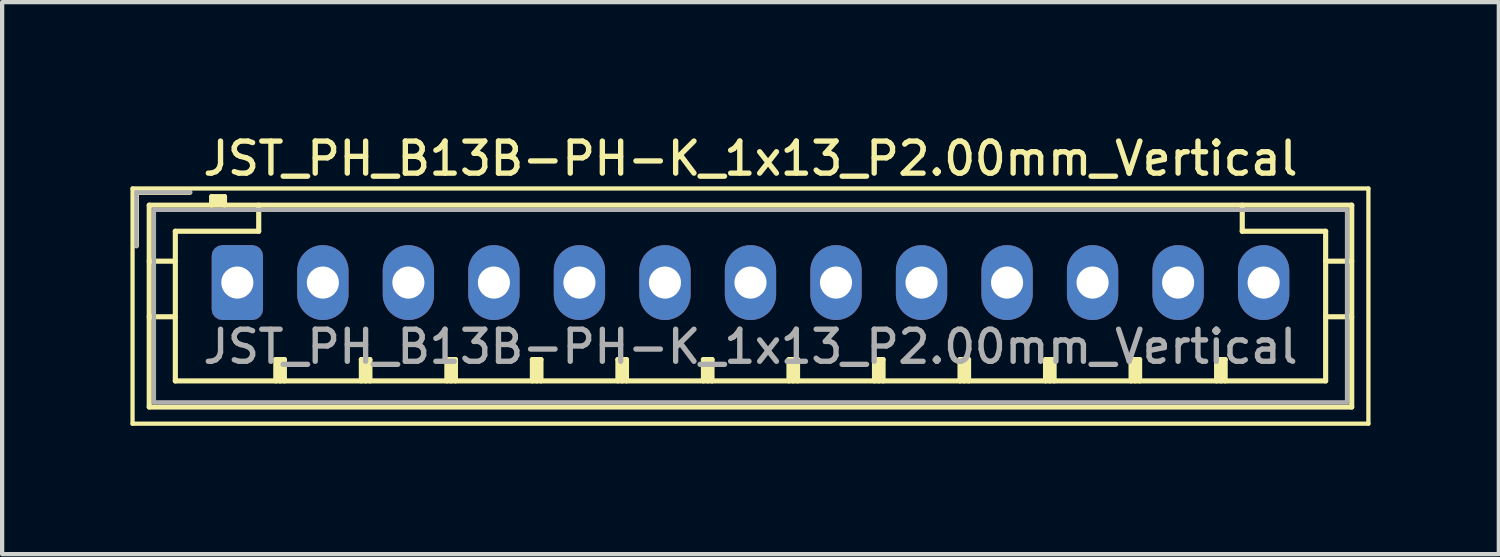
<source format=kicad_pcb>
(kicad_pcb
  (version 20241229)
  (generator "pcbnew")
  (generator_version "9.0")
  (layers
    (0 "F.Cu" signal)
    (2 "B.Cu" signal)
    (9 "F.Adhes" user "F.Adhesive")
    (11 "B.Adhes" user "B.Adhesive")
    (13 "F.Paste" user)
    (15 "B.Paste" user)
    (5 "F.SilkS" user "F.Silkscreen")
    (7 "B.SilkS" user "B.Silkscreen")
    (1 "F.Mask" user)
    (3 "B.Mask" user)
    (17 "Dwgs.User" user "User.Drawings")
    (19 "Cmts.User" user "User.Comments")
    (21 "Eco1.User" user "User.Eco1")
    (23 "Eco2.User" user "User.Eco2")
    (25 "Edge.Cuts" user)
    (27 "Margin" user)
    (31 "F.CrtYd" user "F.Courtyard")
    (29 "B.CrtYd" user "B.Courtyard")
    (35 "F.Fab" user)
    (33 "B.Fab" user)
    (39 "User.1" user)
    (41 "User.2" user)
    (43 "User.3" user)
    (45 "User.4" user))
  (footprint "JST_PH_B13B-PH-K_1x13_P2.00mm_Vertical"
    (layer "F.Cu")
    (at 2.5 3.558)
    (property "Reference" "JST_PH_B13B-PH-K_1x13_P2.00mm_Vertical" (at 12 -2.9 0) (layer "F.SilkS") (effects (font (size 0.75 0.75) (thickness 0.125))))
    (attr through_hole)
    (fp_line (start -2.45 -2.2) (end -2.45 3.3) (stroke (width 0.1) (type solid)) (layer "F.SilkS"))
    (fp_line (start -2.45 3.3) (end 26.45 3.3) (stroke (width 0.1) (type solid)) (layer "F.SilkS"))
    (fp_line (start -2.36 -2.11) (end -2.36 -0.86) (stroke (width 0.12) (type solid)) (layer "F.SilkS"))
    (fp_line (start -2.06 -1.81) (end -2.06 2.91) (stroke (width 0.12) (type solid)) (layer "F.SilkS"))
    (fp_line (start -2.06 -0.5) (end -1.45 -0.5) (stroke (width 0.12) (type solid)) (layer "F.SilkS"))
    (fp_line (start -2.06 0.8) (end -1.45 0.8) (stroke (width 0.12) (type solid)) (layer "F.SilkS"))
    (fp_line (start -2.06 2.91) (end 26.06 2.91) (stroke (width 0.12) (type solid)) (layer "F.SilkS"))
    (fp_line (start -1.45 -1.2) (end -1.45 2.3) (stroke (width 0.12) (type solid)) (layer "F.SilkS"))
    (fp_line (start -1.45 2.3) (end 25.45 2.3) (stroke (width 0.12) (type solid)) (layer "F.SilkS"))
    (fp_line (start -1.11 -2.11) (end -2.36 -2.11) (stroke (width 0.12) (type solid)) (layer "F.SilkS"))
    (fp_line (start -0.6 -2.01) (end -0.6 -1.81) (stroke (width 0.12) (type solid)) (layer "F.SilkS"))
    (fp_line (start -0.3 -2.01) (end -0.6 -2.01) (stroke (width 0.12) (type solid)) (layer "F.SilkS"))
    (fp_line (start -0.3 -1.91) (end -0.6 -1.91) (stroke (width 0.12) (type solid)) (layer "F.SilkS"))
    (fp_line (start -0.3 -1.81) (end -0.3 -2.01) (stroke (width 0.12) (type solid)) (layer "F.SilkS"))
    (fp_line (start 0.5 -1.81) (end 0.5 -1.2) (stroke (width 0.12) (type solid)) (layer "F.SilkS"))
    (fp_line (start 0.5 -1.2) (end -1.45 -1.2) (stroke (width 0.12) (type solid)) (layer "F.SilkS"))
    (fp_line (start 0.9 1.8) (end 1.1 1.8) (stroke (width 0.12) (type solid)) (layer "F.SilkS"))
    (fp_line (start 0.9 2.3) (end 0.9 1.8) (stroke (width 0.12) (type solid)) (layer "F.SilkS"))
    (fp_line (start 1 2.3) (end 1 1.8) (stroke (width 0.12) (type solid)) (layer "F.SilkS"))
    (fp_line (start 1.1 1.8) (end 1.1 2.3) (stroke (width 0.12) (type solid)) (layer "F.SilkS"))
    (fp_line (start 2.9 1.8) (end 3.1 1.8) (stroke (width 0.12) (type solid)) (layer "F.SilkS"))
    (fp_line (start 2.9 2.3) (end 2.9 1.8) (stroke (width 0.12) (type solid)) (layer "F.SilkS"))
    (fp_line (start 3 2.3) (end 3 1.8) (stroke (width 0.12) (type solid)) (layer "F.SilkS"))
    (fp_line (start 3.1 1.8) (end 3.1 2.3) (stroke (width 0.12) (type solid)) (layer "F.SilkS"))
    (fp_line (start 4.9 1.8) (end 5.1 1.8) (stroke (width 0.12) (type solid)) (layer "F.SilkS"))
    (fp_line (start 4.9 2.3) (end 4.9 1.8) (stroke (width 0.12) (type solid)) (layer "F.SilkS"))
    (fp_line (start 5 2.3) (end 5 1.8) (stroke (width 0.12) (type solid)) (layer "F.SilkS"))
    (fp_line (start 5.1 1.8) (end 5.1 2.3) (stroke (width 0.12) (type solid)) (layer "F.SilkS"))
    (fp_line (start 6.9 1.8) (end 7.1 1.8) (stroke (width 0.12) (type solid)) (layer "F.SilkS"))
    (fp_line (start 6.9 2.3) (end 6.9 1.8) (stroke (width 0.12) (type solid)) (layer "F.SilkS"))
    (fp_line (start 7 2.3) (end 7 1.8) (stroke (width 0.12) (type solid)) (layer "F.SilkS"))
    (fp_line (start 7.1 1.8) (end 7.1 2.3) (stroke (width 0.12) (type solid)) (layer "F.SilkS"))
    (fp_line (start 8.9 1.8) (end 9.1 1.8) (stroke (width 0.12) (type solid)) (layer "F.SilkS"))
    (fp_line (start 8.9 2.3) (end 8.9 1.8) (stroke (width 0.12) (type solid)) (layer "F.SilkS"))
    (fp_line (start 9 2.3) (end 9 1.8) (stroke (width 0.12) (type solid)) (layer "F.SilkS"))
    (fp_line (start 9.1 1.8) (end 9.1 2.3) (stroke (width 0.12) (type solid)) (layer "F.SilkS"))
    (fp_line (start 10.9 1.8) (end 11.1 1.8) (stroke (width 0.12) (type solid)) (layer "F.SilkS"))
    (fp_line (start 10.9 2.3) (end 10.9 1.8) (stroke (width 0.12) (type solid)) (layer "F.SilkS"))
    (fp_line (start 11 2.3) (end 11 1.8) (stroke (width 0.12) (type solid)) (layer "F.SilkS"))
    (fp_line (start 11.1 1.8) (end 11.1 2.3) (stroke (width 0.12) (type solid)) (layer "F.SilkS"))
    (fp_line (start 12.9 1.8) (end 13.1 1.8) (stroke (width 0.12) (type solid)) (layer "F.SilkS"))
    (fp_line (start 12.9 2.3) (end 12.9 1.8) (stroke (width 0.12) (type solid)) (layer "F.SilkS"))
    (fp_line (start 13 2.3) (end 13 1.8) (stroke (width 0.12) (type solid)) (layer "F.SilkS"))
    (fp_line (start 13.1 1.8) (end 13.1 2.3) (stroke (width 0.12) (type solid)) (layer "F.SilkS"))
    (fp_line (start 14.9 1.8) (end 15.1 1.8) (stroke (width 0.12) (type solid)) (layer "F.SilkS"))
    (fp_line (start 14.9 2.3) (end 14.9 1.8) (stroke (width 0.12) (type solid)) (layer "F.SilkS"))
    (fp_line (start 15 2.3) (end 15 1.8) (stroke (width 0.12) (type solid)) (layer "F.SilkS"))
    (fp_line (start 15.1 1.8) (end 15.1 2.3) (stroke (width 0.12) (type solid)) (layer "F.SilkS"))
    (fp_line (start 16.9 1.8) (end 17.1 1.8) (stroke (width 0.12) (type solid)) (layer "F.SilkS"))
    (fp_line (start 16.9 2.3) (end 16.9 1.8) (stroke (width 0.12) (type solid)) (layer "F.SilkS"))
    (fp_line (start 17 2.3) (end 17 1.8) (stroke (width 0.12) (type solid)) (layer "F.SilkS"))
    (fp_line (start 17.1 1.8) (end 17.1 2.3) (stroke (width 0.12) (type solid)) (layer "F.SilkS"))
    (fp_line (start 18.9 1.8) (end 19.1 1.8) (stroke (width 0.12) (type solid)) (layer "F.SilkS"))
    (fp_line (start 18.9 2.3) (end 18.9 1.8) (stroke (width 0.12) (type solid)) (layer "F.SilkS"))
    (fp_line (start 19 2.3) (end 19 1.8) (stroke (width 0.12) (type solid)) (layer "F.SilkS"))
    (fp_line (start 19.1 1.8) (end 19.1 2.3) (stroke (width 0.12) (type solid)) (layer "F.SilkS"))
    (fp_line (start 20.9 1.8) (end 21.1 1.8) (stroke (width 0.12) (type solid)) (layer "F.SilkS"))
    (fp_line (start 20.9 2.3) (end 20.9 1.8) (stroke (width 0.12) (type solid)) (layer "F.SilkS"))
    (fp_line (start 21 2.3) (end 21 1.8) (stroke (width 0.12) (type solid)) (layer "F.SilkS"))
    (fp_line (start 21.1 1.8) (end 21.1 2.3) (stroke (width 0.12) (type solid)) (layer "F.SilkS"))
    (fp_line (start 22.9 1.8) (end 23.1 1.8) (stroke (width 0.12) (type solid)) (layer "F.SilkS"))
    (fp_line (start 22.9 2.3) (end 22.9 1.8) (stroke (width 0.12) (type solid)) (layer "F.SilkS"))
    (fp_line (start 23 2.3) (end 23 1.8) (stroke (width 0.12) (type solid)) (layer "F.SilkS"))
    (fp_line (start 23.1 1.8) (end 23.1 2.3) (stroke (width 0.12) (type solid)) (layer "F.SilkS"))
    (fp_line (start 23.5 -1.2) (end 23.5 -1.81) (stroke (width 0.12) (type solid)) (layer "F.SilkS"))
    (fp_line (start 25.45 -1.2) (end 23.5 -1.2) (stroke (width 0.12) (type solid)) (layer "F.SilkS"))
    (fp_line (start 25.45 2.3) (end 25.45 -1.2) (stroke (width 0.12) (type solid)) (layer "F.SilkS"))
    (fp_line (start 26.06 -1.81) (end -2.06 -1.81) (stroke (width 0.12) (type solid)) (layer "F.SilkS"))
    (fp_line (start 26.06 -0.5) (end 25.45 -0.5) (stroke (width 0.12) (type solid)) (layer "F.SilkS"))
    (fp_line (start 26.06 0.8) (end 25.45 0.8) (stroke (width 0.12) (type solid)) (layer "F.SilkS"))
    (fp_line (start 26.06 2.91) (end 26.06 -1.81) (stroke (width 0.12) (type solid)) (layer "F.SilkS"))
    (fp_line (start 26.45 -2.2) (end -2.45 -2.2) (stroke (width 0.1) (type solid)) (layer "F.SilkS"))
    (fp_line (start 26.45 3.3) (end 26.45 -2.2) (stroke (width 0.1) (type solid)) (layer "F.SilkS"))
    (fp_line (start -2.36 -2.11) (end -2.36 -0.86) (stroke (width 0.1) (type solid)) (layer "F.Fab"))
    (fp_line (start -1.95 -1.7) (end -1.95 2.8) (stroke (width 0.1) (type solid)) (layer "F.Fab"))
    (fp_line (start -1.95 2.8) (end 25.95 2.8) (stroke (width 0.1) (type solid)) (layer "F.Fab"))
    (fp_line (start -1.11 -2.11) (end -2.36 -2.11) (stroke (width 0.1) (type solid)) (layer "F.Fab"))
    (fp_line (start 25.95 -1.7) (end -1.95 -1.7) (stroke (width 0.1) (type solid)) (layer "F.Fab"))
    (fp_line (start 25.95 2.8) (end 25.95 -1.7) (stroke (width 0.1) (type solid)) (layer "F.Fab"))
    (fp_text user "${REFERENCE}" (at 12 1.5 0) (layer "F.Fab") (effects (font (size 0.75 0.75) (thickness 0.125))))
    (pad "1" thru_hole roundrect (at 0 0) (size 1.2 1.75) (drill 0.75) (layers "*.Cu" "*.Mask") (roundrect_rratio 0.208))
    (pad "2" thru_hole oval (at 2 0) (size 1.2 1.75) (drill 0.75) (layers "*.Cu" "*.Mask"))
    (pad "3" thru_hole oval (at 4 0) (size 1.2 1.75) (drill 0.75) (layers "*.Cu" "*.Mask"))
    (pad "4" thru_hole oval (at 6 0) (size 1.2 1.75) (drill 0.75) (layers "*.Cu" "*.Mask"))
    (pad "5" thru_hole oval (at 8 0) (size 1.2 1.75) (drill 0.75) (layers "*.Cu" "*.Mask"))
    (pad "6" thru_hole oval (at 10 0) (size 1.2 1.75) (drill 0.75) (layers "*.Cu" "*.Mask"))
    (pad "7" thru_hole oval (at 12 0) (size 1.2 1.75) (drill 0.75) (layers "*.Cu" "*.Mask"))
    (pad "8" thru_hole oval (at 14 0) (size 1.2 1.75) (drill 0.75) (layers "*.Cu" "*.Mask"))
    (pad "9" thru_hole oval (at 16 0) (size 1.2 1.75) (drill 0.75) (layers "*.Cu" "*.Mask"))
    (pad "10" thru_hole oval (at 18 0) (size 1.2 1.75) (drill 0.75) (layers "*.Cu" "*.Mask"))
    (pad "11" thru_hole oval (at 20 0) (size 1.2 1.75) (drill 0.75) (layers "*.Cu" "*.Mask"))
    (pad "12" thru_hole oval (at 22 0) (size 1.2 1.75) (drill 0.75) (layers "*.Cu" "*.Mask"))
    (pad "13" thru_hole oval (at 24 0) (size 1.2 1.75) (drill 0.75) (layers "*.Cu" "*.Mask")))
  (gr_rect
    (start -3 -3)
    (end 32 9.908)
    (stroke (width 0.1) (type default))
    (fill no)
    (layer "Edge.Cuts")))
</source>
